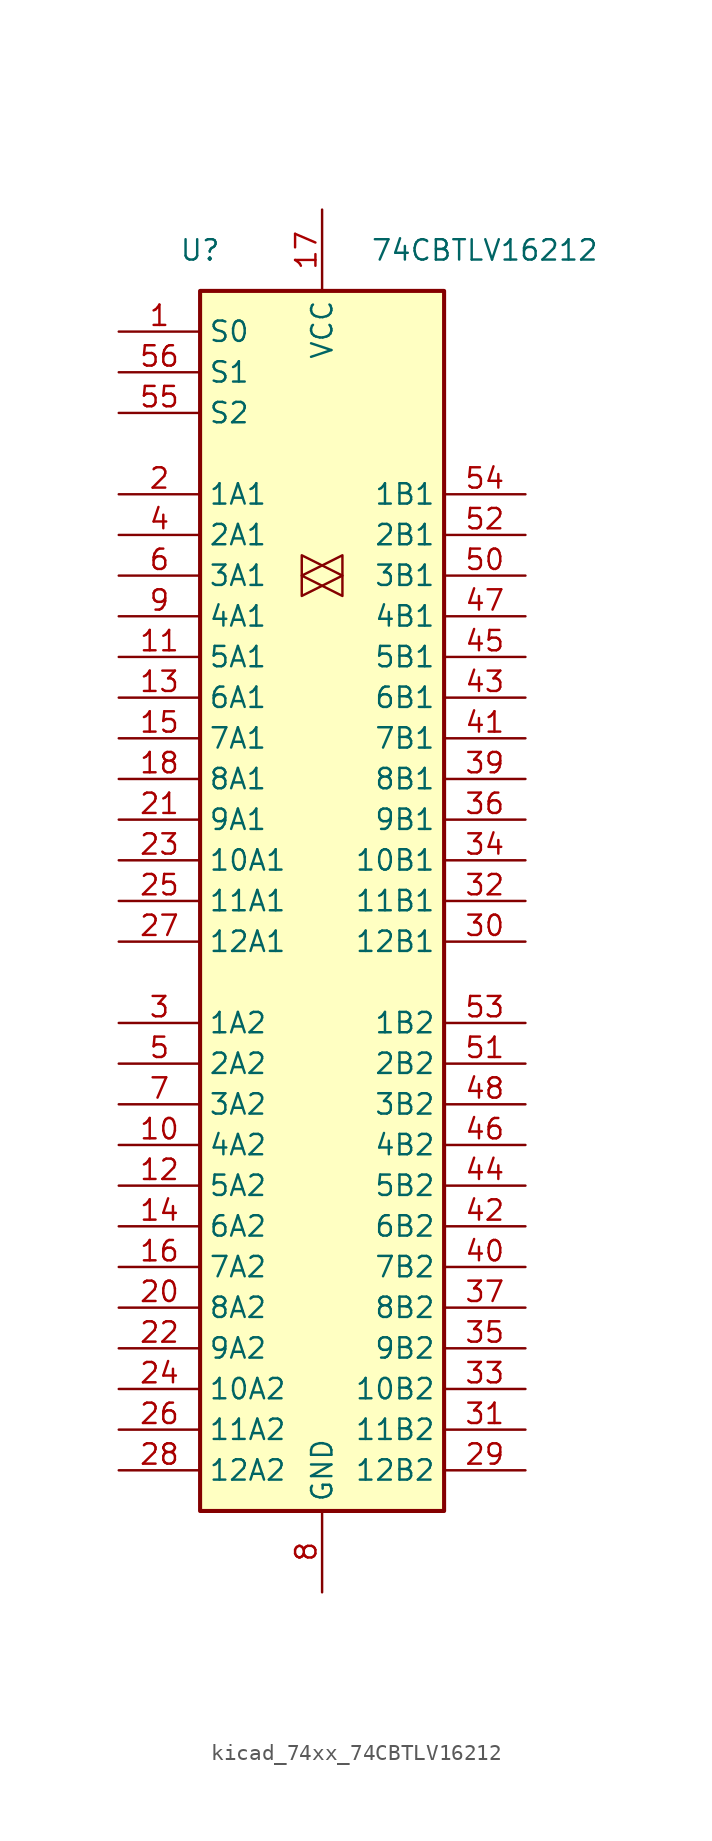
<source format=kicad_sym>
(kicad_symbol_lib
  (version 20220914)
  (generator kicad_symbol_editor)
  (symbol "kicad_74xx_74CBTLV16212"
    (property "Reference" "U"
      (at -7.62 40.64 0)
      (effects (font (size 1.27 1.27))))
    (property "Value" "74CBTLV16212"
      (at 10.16 40.64 0)
      (effects (font (size 1.27 1.27))))
    (symbol "kicad_74xx_74CBTLV16212_0_1"
      (rectangle (start -7.62 38.1) (end 7.62 -38.1) (stroke (width 0.254) (type default)) (fill (type background))))
    (symbol "kicad_74xx_74CBTLV16212_1_0"
      (polyline (pts (xy 1.27 20.32) (xy -1.27 21.59) (xy -1.27 19.05) (xy 1.27 20.32)) (stroke (width 0.152) (type default)) (fill (type none)))
      (polyline (pts (xy 1.27 21.59) (xy -1.27 20.32) (xy 1.27 19.05) (xy 1.27 21.59)) (stroke (width 0) (type default)) (fill (type none)))
      (pin bidirectional line (at -12.7 -15.24 0) (length 5.08) (name "4A2" (effects (font (size 1.27 1.27)))) (number "10" (effects (font (size 1.27 1.27)))))
      (pin bidirectional line (at -12.7 15.24 0) (length 5.08) (name "5A1" (effects (font (size 1.27 1.27)))) (number "11" (effects (font (size 1.27 1.27)))))
      (pin bidirectional line (at -12.7 -17.78 0) (length 5.08) (name "5A2" (effects (font (size 1.27 1.27)))) (number "12" (effects (font (size 1.27 1.27)))))
      (pin bidirectional line (at -12.7 12.7 0) (length 5.08) (name "6A1" (effects (font (size 1.27 1.27)))) (number "13" (effects (font (size 1.27 1.27)))))
      (pin bidirectional line (at -12.7 -20.32 0) (length 5.08) (name "6A2" (effects (font (size 1.27 1.27)))) (number "14" (effects (font (size 1.27 1.27)))))
      (pin bidirectional line (at -12.7 10.16 0) (length 5.08) (name "7A1" (effects (font (size 1.27 1.27)))) (number "15" (effects (font (size 1.27 1.27)))))
      (pin bidirectional line (at -12.7 -22.86 0) (length 5.08) (name "7A2" (effects (font (size 1.27 1.27)))) (number "16" (effects (font (size 1.27 1.27)))))
      (pin power_in line (at 0 43.18 270) (length 5.08) (name "VCC" (effects (font (size 1.27 1.27)))) (number "17" (effects (font (size 1.27 1.27)))))
      (pin bidirectional line (at -12.7 7.62 0) (length 5.08) (name "8A1" (effects (font (size 1.27 1.27)))) (number "18" (effects (font (size 1.27 1.27)))))
      (pin passive line (at 0 -43.18 90) (length 5.08) hide (name "GND" (effects (font (size 1.27 1.27)))) (number "19" (effects (font (size 1.27 1.27)))))
      (pin bidirectional line (at -12.7 25.4 0) (length 5.08) (name "1A1" (effects (font (size 1.27 1.27)))) (number "2" (effects (font (size 1.27 1.27)))))
      (pin bidirectional line (at -12.7 -25.4 0) (length 5.08) (name "8A2" (effects (font (size 1.27 1.27)))) (number "20" (effects (font (size 1.27 1.27)))))
      (pin bidirectional line (at -12.7 5.08 0) (length 5.08) (name "9A1" (effects (font (size 1.27 1.27)))) (number "21" (effects (font (size 1.27 1.27)))))
      (pin bidirectional line (at -12.7 -27.94 0) (length 5.08) (name "9A2" (effects (font (size 1.27 1.27)))) (number "22" (effects (font (size 1.27 1.27)))))
      (pin bidirectional line (at -12.7 2.54 0) (length 5.08) (name "10A1" (effects (font (size 1.27 1.27)))) (number "23" (effects (font (size 1.27 1.27)))))
      (pin bidirectional line (at -12.7 -30.48 0) (length 5.08) (name "10A2" (effects (font (size 1.27 1.27)))) (number "24" (effects (font (size 1.27 1.27)))))
      (pin bidirectional line (at -12.7 0 0) (length 5.08) (name "11A1" (effects (font (size 1.27 1.27)))) (number "25" (effects (font (size 1.27 1.27)))))
      (pin bidirectional line (at -12.7 -33.02 0) (length 5.08) (name "11A2" (effects (font (size 1.27 1.27)))) (number "26" (effects (font (size 1.27 1.27)))))
      (pin bidirectional line (at -12.7 -2.54 0) (length 5.08) (name "12A1" (effects (font (size 1.27 1.27)))) (number "27" (effects (font (size 1.27 1.27)))))
      (pin bidirectional line (at -12.7 -35.56 0) (length 5.08) (name "12A2" (effects (font (size 1.27 1.27)))) (number "28" (effects (font (size 1.27 1.27)))))
      (pin bidirectional line (at 12.7 -35.56 180) (length 5.08) (name "12B2" (effects (font (size 1.27 1.27)))) (number "29" (effects (font (size 1.27 1.27)))))
      (pin bidirectional line (at -12.7 -7.62 0) (length 5.08) (name "1A2" (effects (font (size 1.27 1.27)))) (number "3" (effects (font (size 1.27 1.27)))))
      (pin bidirectional line (at 12.7 -2.54 180) (length 5.08) (name "12B1" (effects (font (size 1.27 1.27)))) (number "30" (effects (font (size 1.27 1.27)))))
      (pin bidirectional line (at 12.7 -33.02 180) (length 5.08) (name "11B2" (effects (font (size 1.27 1.27)))) (number "31" (effects (font (size 1.27 1.27)))))
      (pin bidirectional line (at 12.7 0 180) (length 5.08) (name "11B1" (effects (font (size 1.27 1.27)))) (number "32" (effects (font (size 1.27 1.27)))))
      (pin bidirectional line (at 12.7 -30.48 180) (length 5.08) (name "10B2" (effects (font (size 1.27 1.27)))) (number "33" (effects (font (size 1.27 1.27)))))
      (pin bidirectional line (at 12.7 2.54 180) (length 5.08) (name "10B1" (effects (font (size 1.27 1.27)))) (number "34" (effects (font (size 1.27 1.27)))))
      (pin bidirectional line (at 12.7 -27.94 180) (length 5.08) (name "9B2" (effects (font (size 1.27 1.27)))) (number "35" (effects (font (size 1.27 1.27)))))
      (pin bidirectional line (at 12.7 5.08 180) (length 5.08) (name "9B1" (effects (font (size 1.27 1.27)))) (number "36" (effects (font (size 1.27 1.27)))))
      (pin bidirectional line (at 12.7 -25.4 180) (length 5.08) (name "8B2" (effects (font (size 1.27 1.27)))) (number "37" (effects (font (size 1.27 1.27)))))
      (pin passive line (at 0 -43.18 90) (length 5.08) hide (name "GND" (effects (font (size 1.27 1.27)))) (number "38" (effects (font (size 1.27 1.27)))))
      (pin bidirectional line (at 12.7 7.62 180) (length 5.08) (name "8B1" (effects (font (size 1.27 1.27)))) (number "39" (effects (font (size 1.27 1.27)))))
      (pin bidirectional line (at -12.7 22.86 0) (length 5.08) (name "2A1" (effects (font (size 1.27 1.27)))) (number "4" (effects (font (size 1.27 1.27)))))
      (pin bidirectional line (at 12.7 -22.86 180) (length 5.08) (name "7B2" (effects (font (size 1.27 1.27)))) (number "40" (effects (font (size 1.27 1.27)))))
      (pin bidirectional line (at 12.7 10.16 180) (length 5.08) (name "7B1" (effects (font (size 1.27 1.27)))) (number "41" (effects (font (size 1.27 1.27)))))
      (pin bidirectional line (at 12.7 -20.32 180) (length 5.08) (name "6B2" (effects (font (size 1.27 1.27)))) (number "42" (effects (font (size 1.27 1.27)))))
      (pin bidirectional line (at 12.7 12.7 180) (length 5.08) (name "6B1" (effects (font (size 1.27 1.27)))) (number "43" (effects (font (size 1.27 1.27)))))
      (pin bidirectional line (at 12.7 -17.78 180) (length 5.08) (name "5B2" (effects (font (size 1.27 1.27)))) (number "44" (effects (font (size 1.27 1.27)))))
      (pin bidirectional line (at 12.7 15.24 180) (length 5.08) (name "5B1" (effects (font (size 1.27 1.27)))) (number "45" (effects (font (size 1.27 1.27)))))
      (pin bidirectional line (at 12.7 -15.24 180) (length 5.08) (name "4B2" (effects (font (size 1.27 1.27)))) (number "46" (effects (font (size 1.27 1.27)))))
      (pin bidirectional line (at 12.7 17.78 180) (length 5.08) (name "4B1" (effects (font (size 1.27 1.27)))) (number "47" (effects (font (size 1.27 1.27)))))
      (pin bidirectional line (at 12.7 -12.7 180) (length 5.08) (name "3B2" (effects (font (size 1.27 1.27)))) (number "48" (effects (font (size 1.27 1.27)))))
      (pin passive line (at 0 -43.18 90) (length 5.08) hide (name "GND" (effects (font (size 1.27 1.27)))) (number "49" (effects (font (size 1.27 1.27)))))
      (pin bidirectional line (at -12.7 -10.16 0) (length 5.08) (name "2A2" (effects (font (size 1.27 1.27)))) (number "5" (effects (font (size 1.27 1.27)))))
      (pin bidirectional line (at 12.7 20.32 180) (length 5.08) (name "3B1" (effects (font (size 1.27 1.27)))) (number "50" (effects (font (size 1.27 1.27)))))
      (pin bidirectional line (at 12.7 -10.16 180) (length 5.08) (name "2B2" (effects (font (size 1.27 1.27)))) (number "51" (effects (font (size 1.27 1.27)))))
      (pin bidirectional line (at 12.7 22.86 180) (length 5.08) (name "2B1" (effects (font (size 1.27 1.27)))) (number "52" (effects (font (size 1.27 1.27)))))
      (pin bidirectional line (at 12.7 -7.62 180) (length 5.08) (name "1B2" (effects (font (size 1.27 1.27)))) (number "53" (effects (font (size 1.27 1.27)))))
      (pin bidirectional line (at 12.7 25.4 180) (length 5.08) (name "1B1" (effects (font (size 1.27 1.27)))) (number "54" (effects (font (size 1.27 1.27)))))
      (pin input line (at -12.7 30.48 0) (length 5.08) (name "S2" (effects (font (size 1.27 1.27)))) (number "55" (effects (font (size 1.27 1.27)))))
      (pin input line (at -12.7 33.02 0) (length 5.08) (name "S1" (effects (font (size 1.27 1.27)))) (number "56" (effects (font (size 1.27 1.27)))))
      (pin bidirectional line (at -12.7 20.32 0) (length 5.08) (name "3A1" (effects (font (size 1.27 1.27)))) (number "6" (effects (font (size 1.27 1.27)))))
      (pin bidirectional line (at -12.7 -12.7 0) (length 5.08) (name "3A2" (effects (font (size 1.27 1.27)))) (number "7" (effects (font (size 1.27 1.27)))))
      (pin power_in line (at 0 -43.18 90) (length 5.08) (name "GND" (effects (font (size 1.27 1.27)))) (number "8" (effects (font (size 1.27 1.27)))))
      (pin bidirectional line (at -12.7 17.78 0) (length 5.08) (name "4A1" (effects (font (size 1.27 1.27)))) (number "9" (effects (font (size 1.27 1.27))))))
    (symbol "kicad_74xx_74CBTLV16212_1_1"
      (pin input line (at -12.7 35.56 0) (length 5.08) (name "S0" (effects (font (size 1.27 1.27)))) (number "1" (effects (font (size 1.27 1.27))))))))
</source>
